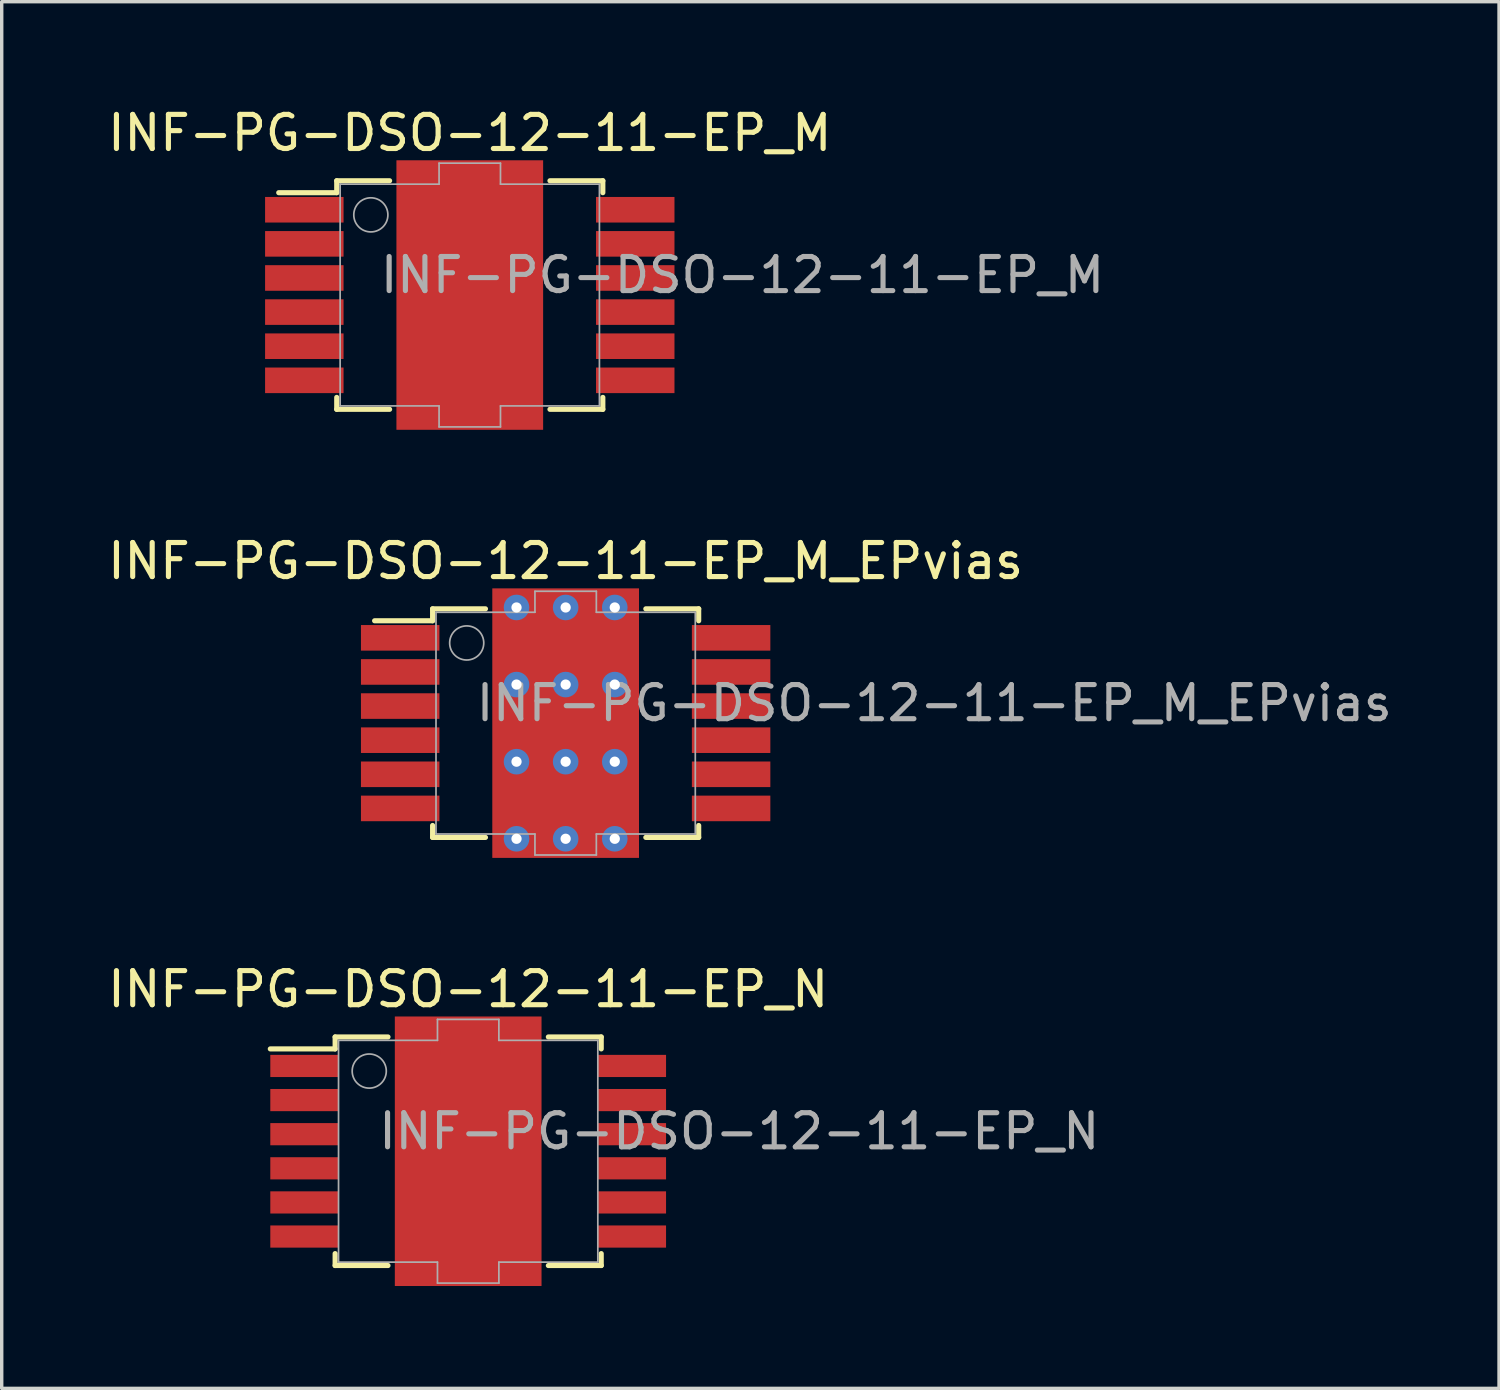
<source format=kicad_pcb>
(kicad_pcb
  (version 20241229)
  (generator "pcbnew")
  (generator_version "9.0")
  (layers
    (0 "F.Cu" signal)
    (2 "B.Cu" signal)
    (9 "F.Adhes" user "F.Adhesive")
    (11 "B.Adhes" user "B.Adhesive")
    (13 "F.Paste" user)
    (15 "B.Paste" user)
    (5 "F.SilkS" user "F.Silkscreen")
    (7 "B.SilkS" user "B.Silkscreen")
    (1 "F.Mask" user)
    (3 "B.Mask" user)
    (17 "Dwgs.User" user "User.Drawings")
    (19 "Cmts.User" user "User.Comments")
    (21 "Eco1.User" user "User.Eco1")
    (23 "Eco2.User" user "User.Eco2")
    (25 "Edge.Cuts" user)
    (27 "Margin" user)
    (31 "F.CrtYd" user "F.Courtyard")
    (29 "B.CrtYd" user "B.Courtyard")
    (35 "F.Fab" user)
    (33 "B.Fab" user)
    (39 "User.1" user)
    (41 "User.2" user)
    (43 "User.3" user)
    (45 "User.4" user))
  (footprint "INF-PG-DSO-12-11-EP_M_EPvias"
    (layer "F.Cu")
    (at 13.53 18.146)
    (property "Reference" "INF-PG-DSO-12-11-EP_M_EPvias" (at -2.7 0 0) (layer "F.Fab") (effects (font (size 1 1) (thickness 0.15)) (justify left bottom)))
    (attr through_hole)
    (fp_line (start -5.6 -3) (end -3.9 -3) (stroke (width 0.15) (type solid)) (layer "F.SilkS"))
    (fp_line (start -3.9 -3.35) (end -2.35 -3.35) (stroke (width 0.15) (type solid)) (layer "F.SilkS"))
    (fp_line (start -3.9 -3) (end -3.9 -3.35) (stroke (width 0.15) (type solid)) (layer "F.SilkS"))
    (fp_line (start -3.9 3) (end -3.9 3.35) (stroke (width 0.15) (type solid)) (layer "F.SilkS"))
    (fp_line (start -3.9 3.35) (end -2.35 3.35) (stroke (width 0.15) (type solid)) (layer "F.SilkS"))
    (fp_line (start 3.9 -3.35) (end 2.35 -3.35) (stroke (width 0.15) (type solid)) (layer "F.SilkS"))
    (fp_line (start 3.9 -3) (end 3.9 -3.35) (stroke (width 0.15) (type solid)) (layer "F.SilkS"))
    (fp_line (start 3.9 3) (end 3.9 3.35) (stroke (width 0.15) (type solid)) (layer "F.SilkS"))
    (fp_line (start 3.9 3.35) (end 2.35 3.35) (stroke (width 0.15) (type solid)) (layer "F.SilkS"))
    (fp_line (start -3.8 -3.25) (end -0.9 -3.25) (stroke (width 0.05) (type solid)) (layer "F.Fab"))
    (fp_line (start -3.8 3.25) (end -3.8 -3.25) (stroke (width 0.05) (type solid)) (layer "F.Fab"))
    (fp_line (start -0.9 -3.865) (end 0.9 -3.865) (stroke (width 0.05) (type solid)) (layer "F.Fab"))
    (fp_line (start -0.9 -3.25) (end -0.9 -3.865) (stroke (width 0.05) (type solid)) (layer "F.Fab"))
    (fp_line (start -0.9 3.25) (end -3.8 3.25) (stroke (width 0.05) (type solid)) (layer "F.Fab"))
    (fp_line (start -0.9 3.865) (end -0.9 3.25) (stroke (width 0.05) (type solid)) (layer "F.Fab"))
    (fp_line (start 0.9 -3.865) (end 0.9 -3.25) (stroke (width 0.05) (type solid)) (layer "F.Fab"))
    (fp_line (start 0.9 -3.25) (end 3.8 -3.25) (stroke (width 0.05) (type solid)) (layer "F.Fab"))
    (fp_line (start 0.9 3.25) (end 0.9 3.865) (stroke (width 0.05) (type solid)) (layer "F.Fab"))
    (fp_line (start 0.9 3.865) (end -0.9 3.865) (stroke (width 0.05) (type solid)) (layer "F.Fab"))
    (fp_line (start 3.8 -3.25) (end 3.8 3.25) (stroke (width 0.05) (type solid)) (layer "F.Fab"))
    (fp_line (start 3.8 3.25) (end 0.9 3.25) (stroke (width 0.05) (type solid)) (layer "F.Fab"))
    (fp_circle (center -2.9 -2.35) (end -2.4 -2.35) (stroke (width 0.05) (type solid)) (fill no) (layer "F.Fab"))
    (fp_text user "${REFERENCE}" (at 0 -4.75 0) (layer "F.SilkS") (effects (font (size 1 1) (thickness 0.15))))
    (pad "1" smd rect (at -4.85 -2.5) (size 2.3 0.75) (layers "F.Cu" "F.Mask" "F.Paste"))
    (pad "2" smd rect (at -4.85 -1.5) (size 2.3 0.75) (layers "F.Cu" "F.Mask" "F.Paste"))
    (pad "3" smd rect (at -4.85 -0.5) (size 2.3 0.75) (layers "F.Cu" "F.Mask" "F.Paste"))
    (pad "4" smd rect (at -4.85 0.5) (size 2.3 0.75) (layers "F.Cu" "F.Mask" "F.Paste"))
    (pad "5" smd rect (at -4.85 1.5) (size 2.3 0.75) (layers "F.Cu" "F.Mask" "F.Paste"))
    (pad "6" smd rect (at -4.85 2.5) (size 2.3 0.75) (layers "F.Cu" "F.Mask" "F.Paste"))
    (pad "7" smd rect (at 4.85 2.5) (size 2.3 0.75) (layers "F.Cu" "F.Mask" "F.Paste"))
    (pad "8" smd rect (at 4.85 1.5) (size 2.3 0.75) (layers "F.Cu" "F.Mask" "F.Paste"))
    (pad "9" smd rect (at 4.85 0.5) (size 2.3 0.75) (layers "F.Cu" "F.Mask" "F.Paste"))
    (pad "10" smd rect (at 4.85 -0.5) (size 2.3 0.75) (layers "F.Cu" "F.Mask" "F.Paste"))
    (pad "11" smd rect (at 4.85 -1.5) (size 2.3 0.75) (layers "F.Cu" "F.Mask" "F.Paste"))
    (pad "12" smd rect (at 4.85 -2.5) (size 2.3 0.75) (layers "F.Cu" "F.Mask" "F.Paste"))
    (pad "13" thru_hole circle (at -1.44 -3.39) (size 0.75 0.75) (drill 0.3) (layers "*.Cu" "F.Mask"))
    (pad "13" thru_hole circle (at -1.44 -1.13) (size 0.75 0.75) (drill 0.3) (layers "*.Cu" "F.Mask"))
    (pad "13" thru_hole circle (at -1.44 1.13) (size 0.75 0.75) (drill 0.3) (layers "*.Cu" "F.Mask"))
    (pad "13" thru_hole circle (at -1.44 3.39) (size 0.75 0.75) (drill 0.3) (layers "*.Cu" "F.Mask"))
    (pad "13" thru_hole circle (at 0 -3.39) (size 0.75 0.75) (drill 0.3) (layers "*.Cu" "F.Mask"))
    (pad "13" thru_hole circle (at 0 -1.13) (size 0.75 0.75) (drill 0.3) (layers "*.Cu" "F.Mask"))
    (pad "13" smd rect (at 0 0) (size 4.3 7.9) (layers "F.Cu" "F.Mask" "F.Paste"))
    (pad "13" thru_hole circle (at 0 1.13) (size 0.75 0.75) (drill 0.3) (layers "*.Cu" "F.Mask"))
    (pad "13" thru_hole circle (at 0 3.39) (size 0.75 0.75) (drill 0.3) (layers "*.Cu" "F.Mask"))
    (pad "13" thru_hole circle (at 1.44 -3.39) (size 0.75 0.75) (drill 0.3) (layers "*.Cu" "F.Mask"))
    (pad "13" thru_hole circle (at 1.44 -1.13) (size 0.75 0.75) (drill 0.3) (layers "*.Cu" "F.Mask"))
    (pad "13" thru_hole circle (at 1.44 1.13) (size 0.75 0.75) (drill 0.3) (layers "*.Cu" "F.Mask"))
    (pad "13" thru_hole circle (at 1.44 3.39) (size 0.75 0.75) (drill 0.3) (layers "*.Cu" "F.Mask")))
  (footprint "INF-PG-DSO-12-11-EP_M"
    (layer "F.Cu")
    (at 10.72 5.598)
    (property "Reference" "INF-PG-DSO-12-11-EP_M" (at -2.7 0 0) (layer "F.Fab") (effects (font (size 1 1) (thickness 0.15)) (justify left bottom)))
    (attr through_hole)
    (fp_line (start -5.6 -3) (end -3.9 -3) (stroke (width 0.15) (type solid)) (layer "F.SilkS"))
    (fp_line (start -3.9 -3.35) (end -2.35 -3.35) (stroke (width 0.15) (type solid)) (layer "F.SilkS"))
    (fp_line (start -3.9 -3) (end -3.9 -3.35) (stroke (width 0.15) (type solid)) (layer "F.SilkS"))
    (fp_line (start -3.9 3) (end -3.9 3.35) (stroke (width 0.15) (type solid)) (layer "F.SilkS"))
    (fp_line (start -3.9 3.35) (end -2.35 3.35) (stroke (width 0.15) (type solid)) (layer "F.SilkS"))
    (fp_line (start 3.9 -3.35) (end 2.35 -3.35) (stroke (width 0.15) (type solid)) (layer "F.SilkS"))
    (fp_line (start 3.9 -3) (end 3.9 -3.35) (stroke (width 0.15) (type solid)) (layer "F.SilkS"))
    (fp_line (start 3.9 3) (end 3.9 3.35) (stroke (width 0.15) (type solid)) (layer "F.SilkS"))
    (fp_line (start 3.9 3.35) (end 2.35 3.35) (stroke (width 0.15) (type solid)) (layer "F.SilkS"))
    (fp_line (start -3.8 -3.25) (end -0.9 -3.25) (stroke (width 0.05) (type solid)) (layer "F.Fab"))
    (fp_line (start -3.8 3.25) (end -3.8 -3.25) (stroke (width 0.05) (type solid)) (layer "F.Fab"))
    (fp_line (start -0.9 -3.865) (end 0.9 -3.865) (stroke (width 0.05) (type solid)) (layer "F.Fab"))
    (fp_line (start -0.9 -3.25) (end -0.9 -3.865) (stroke (width 0.05) (type solid)) (layer "F.Fab"))
    (fp_line (start -0.9 3.25) (end -3.8 3.25) (stroke (width 0.05) (type solid)) (layer "F.Fab"))
    (fp_line (start -0.9 3.865) (end -0.9 3.25) (stroke (width 0.05) (type solid)) (layer "F.Fab"))
    (fp_line (start 0.9 -3.865) (end 0.9 -3.25) (stroke (width 0.05) (type solid)) (layer "F.Fab"))
    (fp_line (start 0.9 -3.25) (end 3.8 -3.25) (stroke (width 0.05) (type solid)) (layer "F.Fab"))
    (fp_line (start 0.9 3.25) (end 0.9 3.865) (stroke (width 0.05) (type solid)) (layer "F.Fab"))
    (fp_line (start 0.9 3.865) (end -0.9 3.865) (stroke (width 0.05) (type solid)) (layer "F.Fab"))
    (fp_line (start 3.8 -3.25) (end 3.8 3.25) (stroke (width 0.05) (type solid)) (layer "F.Fab"))
    (fp_line (start 3.8 3.25) (end 0.9 3.25) (stroke (width 0.05) (type solid)) (layer "F.Fab"))
    (fp_circle (center -2.9 -2.35) (end -2.4 -2.35) (stroke (width 0.05) (type solid)) (fill no) (layer "F.Fab"))
    (fp_text user "${REFERENCE}" (at 0 -4.75 0) (layer "F.SilkS") (effects (font (size 1 1) (thickness 0.15))))
    (pad "1" smd rect (at -4.85 -2.5) (size 2.3 0.75) (layers "F.Cu" "F.Mask" "F.Paste"))
    (pad "2" smd rect (at -4.85 -1.5) (size 2.3 0.75) (layers "F.Cu" "F.Mask" "F.Paste"))
    (pad "3" smd rect (at -4.85 -0.5) (size 2.3 0.75) (layers "F.Cu" "F.Mask" "F.Paste"))
    (pad "4" smd rect (at -4.85 0.5) (size 2.3 0.75) (layers "F.Cu" "F.Mask" "F.Paste"))
    (pad "5" smd rect (at -4.85 1.5) (size 2.3 0.75) (layers "F.Cu" "F.Mask" "F.Paste"))
    (pad "6" smd rect (at -4.85 2.5) (size 2.3 0.75) (layers "F.Cu" "F.Mask" "F.Paste"))
    (pad "7" smd rect (at 4.85 2.5) (size 2.3 0.75) (layers "F.Cu" "F.Mask" "F.Paste"))
    (pad "8" smd rect (at 4.85 1.5) (size 2.3 0.75) (layers "F.Cu" "F.Mask" "F.Paste"))
    (pad "9" smd rect (at 4.85 0.5) (size 2.3 0.75) (layers "F.Cu" "F.Mask" "F.Paste"))
    (pad "10" smd rect (at 4.85 -0.5) (size 2.3 0.75) (layers "F.Cu" "F.Mask" "F.Paste"))
    (pad "11" smd rect (at 4.85 -1.5) (size 2.3 0.75) (layers "F.Cu" "F.Mask" "F.Paste"))
    (pad "12" smd rect (at 4.85 -2.5) (size 2.3 0.75) (layers "F.Cu" "F.Mask" "F.Paste"))
    (pad "13" smd rect (at 0 0) (size 4.3 7.9) (layers "F.Cu" "F.Mask" "F.Paste")))
  (footprint "INF-PG-DSO-12-11-EP_N"
    (layer "F.Cu")
    (at 10.673 30.695)
    (property "Reference" "INF-PG-DSO-12-11-EP_N" (at -2.7 0 0) (layer "F.Fab") (effects (font (size 1 1) (thickness 0.15)) (justify left bottom)))
    (attr through_hole)
    (fp_line (start -5.8 -3) (end -3.9 -3) (stroke (width 0.15) (type solid)) (layer "F.SilkS"))
    (fp_line (start -3.9 -3.35) (end -2.35 -3.35) (stroke (width 0.15) (type solid)) (layer "F.SilkS"))
    (fp_line (start -3.9 -3) (end -3.9 -3.35) (stroke (width 0.15) (type solid)) (layer "F.SilkS"))
    (fp_line (start -3.9 3) (end -3.9 3.35) (stroke (width 0.15) (type solid)) (layer "F.SilkS"))
    (fp_line (start -3.9 3.35) (end -2.35 3.35) (stroke (width 0.15) (type solid)) (layer "F.SilkS"))
    (fp_line (start 3.9 -3.35) (end 2.35 -3.35) (stroke (width 0.15) (type solid)) (layer "F.SilkS"))
    (fp_line (start 3.9 -3) (end 3.9 -3.35) (stroke (width 0.15) (type solid)) (layer "F.SilkS"))
    (fp_line (start 3.9 3) (end 3.9 3.35) (stroke (width 0.15) (type solid)) (layer "F.SilkS"))
    (fp_line (start 3.9 3.35) (end 2.35 3.35) (stroke (width 0.15) (type solid)) (layer "F.SilkS"))
    (fp_line (start -3.8 -3.25) (end -0.9 -3.25) (stroke (width 0.05) (type solid)) (layer "F.Fab"))
    (fp_line (start -3.8 3.25) (end -3.8 -3.25) (stroke (width 0.05) (type solid)) (layer "F.Fab"))
    (fp_line (start -0.9 -3.865) (end 0.9 -3.865) (stroke (width 0.05) (type solid)) (layer "F.Fab"))
    (fp_line (start -0.9 -3.25) (end -0.9 -3.865) (stroke (width 0.05) (type solid)) (layer "F.Fab"))
    (fp_line (start -0.9 3.25) (end -3.8 3.25) (stroke (width 0.05) (type solid)) (layer "F.Fab"))
    (fp_line (start -0.9 3.865) (end -0.9 3.25) (stroke (width 0.05) (type solid)) (layer "F.Fab"))
    (fp_line (start 0.9 -3.865) (end 0.9 -3.25) (stroke (width 0.05) (type solid)) (layer "F.Fab"))
    (fp_line (start 0.9 -3.25) (end 3.8 -3.25) (stroke (width 0.05) (type solid)) (layer "F.Fab"))
    (fp_line (start 0.9 3.25) (end 0.9 3.865) (stroke (width 0.05) (type solid)) (layer "F.Fab"))
    (fp_line (start 0.9 3.865) (end -0.9 3.865) (stroke (width 0.05) (type solid)) (layer "F.Fab"))
    (fp_line (start 3.8 -3.25) (end 3.8 3.25) (stroke (width 0.05) (type solid)) (layer "F.Fab"))
    (fp_line (start 3.8 3.25) (end 0.9 3.25) (stroke (width 0.05) (type solid)) (layer "F.Fab"))
    (fp_circle (center -2.9 -2.35) (end -2.4 -2.35) (stroke (width 0.05) (type solid)) (fill no) (layer "F.Fab"))
    (fp_text user "${REFERENCE}" (at 0 -4.75 0) (layer "F.SilkS") (effects (font (size 1 1) (thickness 0.15))))
    (pad "1" smd rect (at -4.8 -2.5) (size 2 0.65) (layers "F.Cu" "F.Mask" "F.Paste"))
    (pad "2" smd rect (at -4.8 -1.5) (size 2 0.65) (layers "F.Cu" "F.Mask" "F.Paste"))
    (pad "3" smd rect (at -4.8 -0.5) (size 2 0.65) (layers "F.Cu" "F.Mask" "F.Paste"))
    (pad "4" smd rect (at -4.8 0.5) (size 2 0.65) (layers "F.Cu" "F.Mask" "F.Paste"))
    (pad "5" smd rect (at -4.8 1.5) (size 2 0.65) (layers "F.Cu" "F.Mask" "F.Paste"))
    (pad "6" smd rect (at -4.8 2.5) (size 2 0.65) (layers "F.Cu" "F.Mask" "F.Paste"))
    (pad "7" smd rect (at 4.8 2.5) (size 2 0.65) (layers "F.Cu" "F.Mask" "F.Paste"))
    (pad "8" smd rect (at 4.8 1.5) (size 2 0.65) (layers "F.Cu" "F.Mask" "F.Paste"))
    (pad "9" smd rect (at 4.8 0.5) (size 2 0.65) (layers "F.Cu" "F.Mask" "F.Paste"))
    (pad "10" smd rect (at 4.8 -0.5) (size 2 0.65) (layers "F.Cu" "F.Mask" "F.Paste"))
    (pad "11" smd rect (at 4.8 -1.5) (size 2 0.65) (layers "F.Cu" "F.Mask" "F.Paste"))
    (pad "12" smd rect (at 4.8 -2.5) (size 2 0.65) (layers "F.Cu" "F.Mask" "F.Paste"))
    (pad "13" smd rect (at 0 0) (size 4.3 7.9) (layers "F.Cu" "F.Mask" "F.Paste")))
  (gr_rect
    (start -3 -3)
    (end 40.889 37.645)
    (stroke (width 0.1) (type default))
    (fill no)
    (layer "Edge.Cuts")))
</source>
